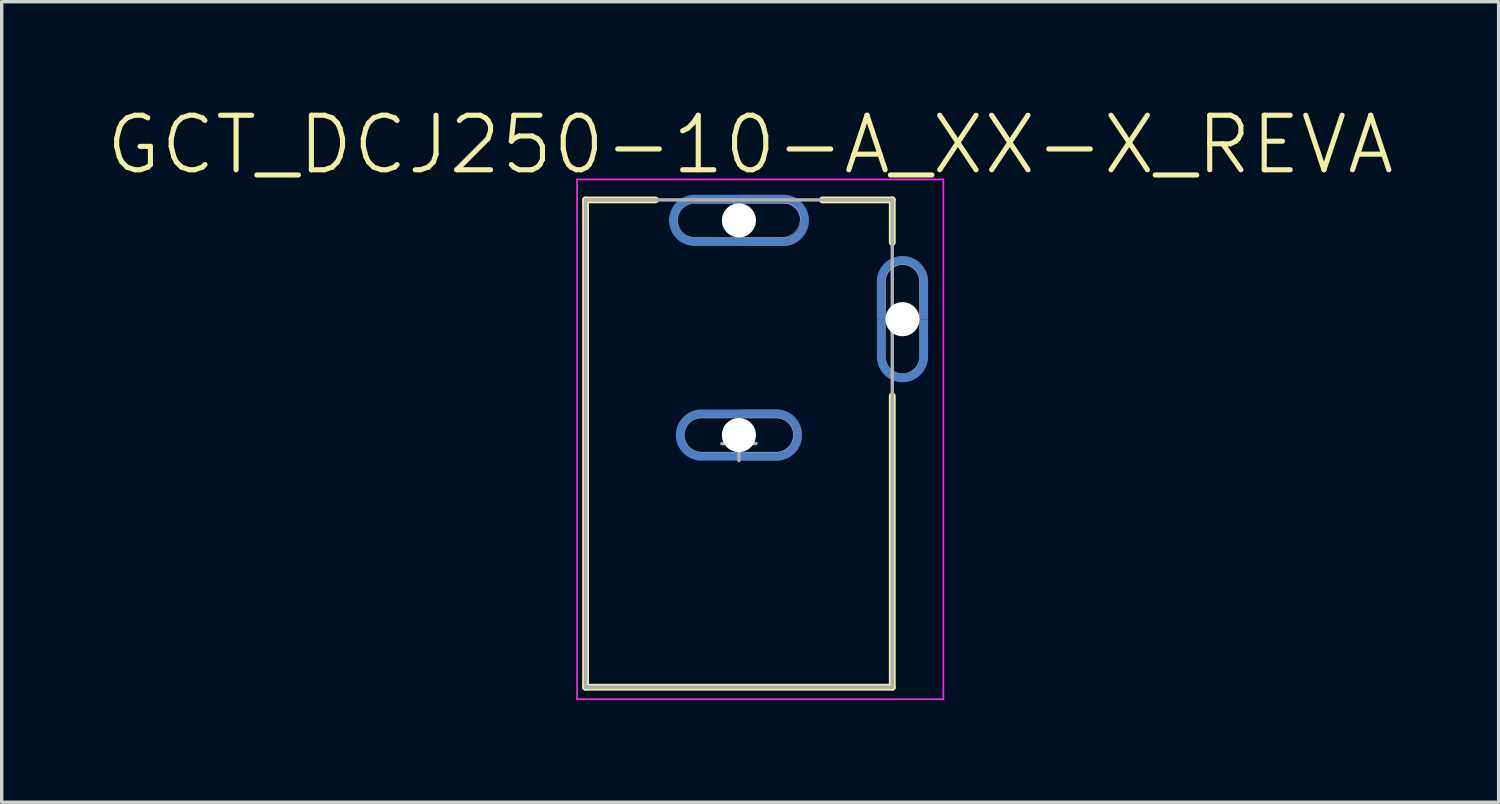
<source format=kicad_pcb>
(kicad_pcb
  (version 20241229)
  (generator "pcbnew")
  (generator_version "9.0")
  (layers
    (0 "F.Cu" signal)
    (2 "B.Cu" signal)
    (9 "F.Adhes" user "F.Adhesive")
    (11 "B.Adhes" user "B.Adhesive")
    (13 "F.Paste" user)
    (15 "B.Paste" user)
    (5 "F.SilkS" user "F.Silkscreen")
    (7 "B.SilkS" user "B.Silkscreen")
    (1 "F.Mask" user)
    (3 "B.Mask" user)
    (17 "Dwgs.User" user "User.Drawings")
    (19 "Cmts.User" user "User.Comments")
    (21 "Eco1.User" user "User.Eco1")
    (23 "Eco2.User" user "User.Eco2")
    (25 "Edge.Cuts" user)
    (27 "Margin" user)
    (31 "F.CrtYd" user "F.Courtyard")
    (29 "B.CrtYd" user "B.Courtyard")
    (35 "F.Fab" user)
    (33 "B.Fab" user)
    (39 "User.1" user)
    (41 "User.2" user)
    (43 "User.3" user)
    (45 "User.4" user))
  (footprint "GCT_DCJ250-10-A_XX-X_REVA"
    (layer "F.Cu")
    (at 18.634 9.967)
    (property "Reference" "GCT_DCJ250-10-A_XX-X_REVA" (at 0.33 -8.768 0) (layer "F.SilkS") (effects (font (size 1.6 1.6) (thickness 0.15))))
    (attr through_hole)
    (fp_poly (pts (xy -2.152 -7.4) (xy 2.15 -7.4) (xy 2.15 -5.706) (xy -2.152 -5.706)) (stroke (width 0.01) (type solid)) (fill yes) (layer "F.Mask"))
    (fp_poly (pts (xy -1.953 -1.1) (xy 1.95 -1.1) (xy 1.95 0.601) (xy -1.953 0.601)) (stroke (width 0.01) (type solid)) (fill yes) (layer "F.Mask"))
    (fp_poly (pts (xy 2.853 -4.5) (xy 6.75 -4.5) (xy 6.75 -2.803) (xy 2.853 -2.803)) (stroke (width 0.01) (type solid)) (fill yes) (layer "F.Mask"))
    (fp_poly (pts (xy 0 -7.05) (xy 0 -7.3) (xy -1.3 -7.3) (xy -1.339 -7.299) (xy -1.378 -7.296) (xy -1.417 -7.291) (xy -1.456 -7.284) (xy -1.494 -7.274) (xy -1.532 -7.263) (xy -1.569 -7.25) (xy -1.605 -7.235) (xy -1.64 -7.218) (xy -1.675 -7.2) (xy -1.708 -7.179) (xy -1.741 -7.157) (xy -1.772 -7.133) (xy -1.802 -7.107) (xy -1.83 -7.08) (xy -1.857 -7.052) (xy -1.883 -7.022) (xy -1.907 -6.991) (xy -1.929 -6.958) (xy -1.95 -6.925) (xy -1.968 -6.89) (xy -1.985 -6.855) (xy -2 -6.819) (xy -2.013 -6.782) (xy -2.024 -6.744) (xy -2.034 -6.706) (xy -2.041 -6.667) (xy -2.046 -6.628) (xy -2.049 -6.589) (xy -2.05 -6.55) (xy -2.049 -6.511) (xy -2.046 -6.472) (xy -2.041 -6.433) (xy -2.034 -6.394) (xy -2.024 -6.356) (xy -2.013 -6.318) (xy -2 -6.281) (xy -1.985 -6.245) (xy -1.968 -6.21) (xy -1.95 -6.175) (xy -1.929 -6.142) (xy -1.907 -6.109) (xy -1.883 -6.078) (xy -1.857 -6.048) (xy -1.83 -6.02) (xy -1.802 -5.993) (xy -1.772 -5.967) (xy -1.741 -5.943) (xy -1.708 -5.921) (xy -1.675 -5.9) (xy -1.64 -5.882) (xy -1.605 -5.865) (xy -1.569 -5.85) (xy -1.532 -5.837) (xy -1.494 -5.826) (xy -1.456 -5.816) (xy -1.417 -5.809) (xy -1.378 -5.804) (xy -1.339 -5.801) (xy -1.3 -5.8) (xy 0 -5.8) (xy 0 -6.05) (xy -1.3 -6.05) (xy -1.326 -6.051) (xy -1.352 -6.053) (xy -1.378 -6.056) (xy -1.404 -6.061) (xy -1.429 -6.067) (xy -1.455 -6.074) (xy -1.479 -6.083) (xy -1.503 -6.093) (xy -1.527 -6.104) (xy -1.55 -6.117) (xy -1.572 -6.131) (xy -1.594 -6.145) (xy -1.615 -6.161) (xy -1.635 -6.178) (xy -1.654 -6.196) (xy -1.672 -6.215) (xy -1.689 -6.235) (xy -1.705 -6.256) (xy -1.719 -6.278) (xy -1.733 -6.3) (xy -1.746 -6.323) (xy -1.757 -6.347) (xy -1.767 -6.371) (xy -1.776 -6.395) (xy -1.783 -6.421) (xy -1.789 -6.446) (xy -1.794 -6.472) (xy -1.797 -6.498) (xy -1.799 -6.524) (xy -1.8 -6.55) (xy -1.799 -6.576) (xy -1.797 -6.602) (xy -1.794 -6.628) (xy -1.789 -6.654) (xy -1.783 -6.679) (xy -1.776 -6.705) (xy -1.767 -6.729) (xy -1.757 -6.753) (xy -1.746 -6.777) (xy -1.733 -6.8) (xy -1.719 -6.822) (xy -1.705 -6.844) (xy -1.689 -6.865) (xy -1.672 -6.885) (xy -1.654 -6.904) (xy -1.635 -6.922) (xy -1.615 -6.939) (xy -1.594 -6.955) (xy -1.572 -6.969) (xy -1.55 -6.983) (xy -1.527 -6.996) (xy -1.503 -7.007) (xy -1.479 -7.017) (xy -1.455 -7.026) (xy -1.429 -7.033) (xy -1.404 -7.039) (xy -1.378 -7.044) (xy -1.352 -7.047) (xy -1.326 -7.049) (xy -1.3 -7.05) (xy 0 -7.05)) (stroke (width 0.001) (type solid)) (fill yes) (layer "B.Cu"))
    (fp_poly (pts (xy 0 -6.05) (xy 0 -5.8) (xy 1.3 -5.8) (xy 1.339 -5.801) (xy 1.378 -5.804) (xy 1.417 -5.809) (xy 1.456 -5.816) (xy 1.494 -5.826) (xy 1.532 -5.837) (xy 1.569 -5.85) (xy 1.605 -5.865) (xy 1.64 -5.882) (xy 1.675 -5.9) (xy 1.708 -5.921) (xy 1.741 -5.943) (xy 1.772 -5.967) (xy 1.802 -5.993) (xy 1.83 -6.02) (xy 1.857 -6.048) (xy 1.883 -6.078) (xy 1.907 -6.109) (xy 1.929 -6.142) (xy 1.95 -6.175) (xy 1.968 -6.21) (xy 1.985 -6.245) (xy 2 -6.281) (xy 2.013 -6.318) (xy 2.024 -6.356) (xy 2.034 -6.394) (xy 2.041 -6.433) (xy 2.046 -6.472) (xy 2.049 -6.511) (xy 2.05 -6.55) (xy 2.049 -6.589) (xy 2.046 -6.628) (xy 2.041 -6.667) (xy 2.034 -6.706) (xy 2.024 -6.744) (xy 2.013 -6.782) (xy 2 -6.819) (xy 1.985 -6.855) (xy 1.968 -6.89) (xy 1.95 -6.925) (xy 1.929 -6.958) (xy 1.907 -6.991) (xy 1.883 -7.022) (xy 1.857 -7.052) (xy 1.83 -7.08) (xy 1.802 -7.107) (xy 1.772 -7.133) (xy 1.741 -7.157) (xy 1.708 -7.179) (xy 1.675 -7.2) (xy 1.64 -7.218) (xy 1.605 -7.235) (xy 1.569 -7.25) (xy 1.532 -7.263) (xy 1.494 -7.274) (xy 1.456 -7.284) (xy 1.417 -7.291) (xy 1.378 -7.296) (xy 1.339 -7.299) (xy 1.3 -7.3) (xy 0 -7.3) (xy 0 -7.05) (xy 1.3 -7.05) (xy 1.326 -7.049) (xy 1.352 -7.047) (xy 1.378 -7.044) (xy 1.404 -7.039) (xy 1.429 -7.033) (xy 1.455 -7.026) (xy 1.479 -7.017) (xy 1.503 -7.007) (xy 1.527 -6.996) (xy 1.55 -6.983) (xy 1.572 -6.969) (xy 1.594 -6.955) (xy 1.615 -6.939) (xy 1.635 -6.922) (xy 1.654 -6.904) (xy 1.672 -6.885) (xy 1.689 -6.865) (xy 1.705 -6.844) (xy 1.719 -6.822) (xy 1.733 -6.8) (xy 1.746 -6.777) (xy 1.757 -6.753) (xy 1.767 -6.729) (xy 1.776 -6.705) (xy 1.783 -6.679) (xy 1.789 -6.654) (xy 1.794 -6.628) (xy 1.797 -6.602) (xy 1.799 -6.576) (xy 1.8 -6.55) (xy 1.799 -6.524) (xy 1.797 -6.498) (xy 1.794 -6.472) (xy 1.789 -6.446) (xy 1.783 -6.421) (xy 1.776 -6.395) (xy 1.767 -6.371) (xy 1.757 -6.347) (xy 1.746 -6.323) (xy 1.733 -6.3) (xy 1.719 -6.278) (xy 1.705 -6.256) (xy 1.689 -6.235) (xy 1.672 -6.215) (xy 1.654 -6.196) (xy 1.635 -6.178) (xy 1.615 -6.161) (xy 1.594 -6.145) (xy 1.572 -6.131) (xy 1.55 -6.117) (xy 1.527 -6.104) (xy 1.503 -6.093) (xy 1.479 -6.083) (xy 1.455 -6.074) (xy 1.429 -6.067) (xy 1.404 -6.061) (xy 1.378 -6.056) (xy 1.352 -6.053) (xy 1.326 -6.051) (xy 1.3 -6.05) (xy 0 -6.05)) (stroke (width 0.001) (type solid)) (fill yes) (layer "B.Cu"))
    (fp_poly (pts (xy 0 -0.75) (xy 0 -1) (xy -1.1 -1) (xy -1.139 -0.999) (xy -1.178 -0.996) (xy -1.217 -0.991) (xy -1.256 -0.984) (xy -1.294 -0.974) (xy -1.332 -0.963) (xy -1.369 -0.95) (xy -1.405 -0.935) (xy -1.44 -0.918) (xy -1.475 -0.9) (xy -1.508 -0.879) (xy -1.541 -0.857) (xy -1.572 -0.833) (xy -1.602 -0.807) (xy -1.63 -0.78) (xy -1.657 -0.752) (xy -1.683 -0.722) (xy -1.707 -0.691) (xy -1.729 -0.658) (xy -1.75 -0.625) (xy -1.768 -0.59) (xy -1.785 -0.555) (xy -1.8 -0.519) (xy -1.813 -0.482) (xy -1.824 -0.444) (xy -1.834 -0.406) (xy -1.841 -0.367) (xy -1.846 -0.328) (xy -1.849 -0.289) (xy -1.85 -0.25) (xy -1.849 -0.211) (xy -1.846 -0.172) (xy -1.841 -0.133) (xy -1.834 -0.094) (xy -1.824 -0.056) (xy -1.813 -0.018) (xy -1.8 0.019) (xy -1.785 0.055) (xy -1.768 0.09) (xy -1.75 0.125) (xy -1.729 0.158) (xy -1.707 0.191) (xy -1.683 0.222) (xy -1.657 0.252) (xy -1.63 0.28) (xy -1.602 0.307) (xy -1.572 0.333) (xy -1.541 0.357) (xy -1.508 0.379) (xy -1.475 0.4) (xy -1.44 0.418) (xy -1.405 0.435) (xy -1.369 0.45) (xy -1.332 0.463) (xy -1.294 0.474) (xy -1.256 0.484) (xy -1.217 0.491) (xy -1.178 0.496) (xy -1.139 0.499) (xy -1.1 0.5) (xy 0 0.5) (xy 0 0.25) (xy -1.1 0.25) (xy -1.126 0.249) (xy -1.152 0.247) (xy -1.178 0.244) (xy -1.204 0.239) (xy -1.229 0.233) (xy -1.255 0.226) (xy -1.279 0.217) (xy -1.303 0.207) (xy -1.327 0.196) (xy -1.35 0.183) (xy -1.372 0.169) (xy -1.394 0.155) (xy -1.415 0.139) (xy -1.435 0.122) (xy -1.454 0.104) (xy -1.472 0.085) (xy -1.489 0.065) (xy -1.505 0.044) (xy -1.519 0.022) (xy -1.533 0) (xy -1.546 -0.023) (xy -1.557 -0.047) (xy -1.567 -0.071) (xy -1.576 -0.095) (xy -1.583 -0.121) (xy -1.589 -0.146) (xy -1.594 -0.172) (xy -1.597 -0.198) (xy -1.599 -0.224) (xy -1.6 -0.25) (xy -1.599 -0.276) (xy -1.597 -0.302) (xy -1.594 -0.328) (xy -1.589 -0.354) (xy -1.583 -0.379) (xy -1.576 -0.405) (xy -1.567 -0.429) (xy -1.557 -0.453) (xy -1.546 -0.477) (xy -1.533 -0.5) (xy -1.519 -0.522) (xy -1.505 -0.544) (xy -1.489 -0.565) (xy -1.472 -0.585) (xy -1.454 -0.604) (xy -1.435 -0.622) (xy -1.415 -0.639) (xy -1.394 -0.655) (xy -1.372 -0.669) (xy -1.35 -0.683) (xy -1.327 -0.696) (xy -1.303 -0.707) (xy -1.279 -0.717) (xy -1.255 -0.726) (xy -1.229 -0.733) (xy -1.204 -0.739) (xy -1.178 -0.744) (xy -1.152 -0.747) (xy -1.126 -0.749) (xy -1.1 -0.75) (xy 0 -0.75)) (stroke (width 0.001) (type solid)) (fill yes) (layer "B.Cu"))
    (fp_poly (pts (xy 0 0.25) (xy 0 0.5) (xy 1.1 0.5) (xy 1.139 0.499) (xy 1.178 0.496) (xy 1.217 0.491) (xy 1.256 0.484) (xy 1.294 0.474) (xy 1.332 0.463) (xy 1.369 0.45) (xy 1.405 0.435) (xy 1.44 0.418) (xy 1.475 0.4) (xy 1.508 0.379) (xy 1.541 0.357) (xy 1.572 0.333) (xy 1.602 0.307) (xy 1.63 0.28) (xy 1.657 0.252) (xy 1.683 0.222) (xy 1.707 0.191) (xy 1.729 0.158) (xy 1.75 0.125) (xy 1.768 0.09) (xy 1.785 0.055) (xy 1.8 0.019) (xy 1.813 -0.018) (xy 1.824 -0.056) (xy 1.834 -0.094) (xy 1.841 -0.133) (xy 1.846 -0.172) (xy 1.849 -0.211) (xy 1.85 -0.25) (xy 1.849 -0.289) (xy 1.846 -0.328) (xy 1.841 -0.367) (xy 1.834 -0.406) (xy 1.824 -0.444) (xy 1.813 -0.482) (xy 1.8 -0.519) (xy 1.785 -0.555) (xy 1.768 -0.59) (xy 1.75 -0.625) (xy 1.729 -0.658) (xy 1.707 -0.691) (xy 1.683 -0.722) (xy 1.657 -0.752) (xy 1.63 -0.78) (xy 1.602 -0.807) (xy 1.572 -0.833) (xy 1.541 -0.857) (xy 1.508 -0.879) (xy 1.475 -0.9) (xy 1.44 -0.918) (xy 1.405 -0.935) (xy 1.369 -0.95) (xy 1.332 -0.963) (xy 1.294 -0.974) (xy 1.256 -0.984) (xy 1.217 -0.991) (xy 1.178 -0.996) (xy 1.139 -0.999) (xy 1.1 -1) (xy 0 -1) (xy 0 -0.75) (xy 1.1 -0.75) (xy 1.126 -0.749) (xy 1.152 -0.747) (xy 1.178 -0.744) (xy 1.204 -0.739) (xy 1.229 -0.733) (xy 1.255 -0.726) (xy 1.279 -0.717) (xy 1.303 -0.707) (xy 1.327 -0.696) (xy 1.35 -0.683) (xy 1.372 -0.669) (xy 1.394 -0.655) (xy 1.415 -0.639) (xy 1.435 -0.622) (xy 1.454 -0.604) (xy 1.472 -0.585) (xy 1.489 -0.565) (xy 1.505 -0.544) (xy 1.519 -0.522) (xy 1.533 -0.5) (xy 1.546 -0.477) (xy 1.557 -0.453) (xy 1.567 -0.429) (xy 1.576 -0.405) (xy 1.583 -0.379) (xy 1.589 -0.354) (xy 1.594 -0.328) (xy 1.597 -0.302) (xy 1.599 -0.276) (xy 1.6 -0.25) (xy 1.599 -0.224) (xy 1.597 -0.198) (xy 1.594 -0.172) (xy 1.589 -0.146) (xy 1.583 -0.121) (xy 1.576 -0.095) (xy 1.567 -0.071) (xy 1.557 -0.047) (xy 1.546 -0.023) (xy 1.533 0) (xy 1.519 0.022) (xy 1.505 0.044) (xy 1.489 0.065) (xy 1.472 0.085) (xy 1.454 0.104) (xy 1.435 0.122) (xy 1.415 0.139) (xy 1.394 0.155) (xy 1.372 0.169) (xy 1.35 0.183) (xy 1.327 0.196) (xy 1.303 0.207) (xy 1.279 0.217) (xy 1.255 0.226) (xy 1.229 0.233) (xy 1.204 0.239) (xy 1.178 0.244) (xy 1.152 0.247) (xy 1.126 0.249) (xy 1.1 0.25) (xy 0 0.25)) (stroke (width 0.001) (type solid)) (fill yes) (layer "B.Cu"))
    (fp_poly (pts (xy 4.3 -3.65) (xy 4.05 -3.65) (xy 4.05 -2.55) (xy 4.051 -2.511) (xy 4.054 -2.472) (xy 4.059 -2.433) (xy 4.066 -2.394) (xy 4.076 -2.356) (xy 4.087 -2.318) (xy 4.1 -2.281) (xy 4.115 -2.245) (xy 4.132 -2.21) (xy 4.15 -2.175) (xy 4.171 -2.142) (xy 4.193 -2.109) (xy 4.217 -2.078) (xy 4.243 -2.048) (xy 4.27 -2.02) (xy 4.298 -1.993) (xy 4.328 -1.967) (xy 4.359 -1.943) (xy 4.392 -1.921) (xy 4.425 -1.9) (xy 4.46 -1.882) (xy 4.495 -1.865) (xy 4.531 -1.85) (xy 4.568 -1.837) (xy 4.606 -1.826) (xy 4.644 -1.816) (xy 4.683 -1.809) (xy 4.722 -1.804) (xy 4.761 -1.801) (xy 4.8 -1.8) (xy 4.839 -1.801) (xy 4.878 -1.804) (xy 4.917 -1.809) (xy 4.956 -1.816) (xy 4.994 -1.826) (xy 5.032 -1.837) (xy 5.069 -1.85) (xy 5.105 -1.865) (xy 5.14 -1.882) (xy 5.175 -1.9) (xy 5.208 -1.921) (xy 5.241 -1.943) (xy 5.272 -1.967) (xy 5.302 -1.993) (xy 5.33 -2.02) (xy 5.357 -2.048) (xy 5.383 -2.078) (xy 5.407 -2.109) (xy 5.429 -2.142) (xy 5.45 -2.175) (xy 5.468 -2.21) (xy 5.485 -2.245) (xy 5.5 -2.281) (xy 5.513 -2.318) (xy 5.524 -2.356) (xy 5.534 -2.394) (xy 5.541 -2.433) (xy 5.546 -2.472) (xy 5.549 -2.511) (xy 5.55 -2.55) (xy 5.55 -3.65) (xy 5.3 -3.65) (xy 5.3 -2.55) (xy 5.299 -2.524) (xy 5.297 -2.498) (xy 5.294 -2.472) (xy 5.289 -2.446) (xy 5.283 -2.421) (xy 5.276 -2.395) (xy 5.267 -2.371) (xy 5.257 -2.347) (xy 5.246 -2.323) (xy 5.233 -2.3) (xy 5.219 -2.278) (xy 5.205 -2.256) (xy 5.189 -2.235) (xy 5.172 -2.215) (xy 5.154 -2.196) (xy 5.135 -2.178) (xy 5.115 -2.161) (xy 5.094 -2.145) (xy 5.072 -2.131) (xy 5.05 -2.117) (xy 5.027 -2.104) (xy 5.003 -2.093) (xy 4.979 -2.083) (xy 4.955 -2.074) (xy 4.929 -2.067) (xy 4.904 -2.061) (xy 4.878 -2.056) (xy 4.852 -2.053) (xy 4.826 -2.051) (xy 4.8 -2.05) (xy 4.774 -2.051) (xy 4.748 -2.053) (xy 4.722 -2.056) (xy 4.696 -2.061) (xy 4.671 -2.067) (xy 4.645 -2.074) (xy 4.621 -2.083) (xy 4.597 -2.093) (xy 4.573 -2.104) (xy 4.55 -2.117) (xy 4.528 -2.131) (xy 4.506 -2.145) (xy 4.485 -2.161) (xy 4.465 -2.178) (xy 4.446 -2.196) (xy 4.428 -2.215) (xy 4.411 -2.235) (xy 4.395 -2.256) (xy 4.381 -2.278) (xy 4.367 -2.3) (xy 4.354 -2.323) (xy 4.343 -2.347) (xy 4.333 -2.371) (xy 4.324 -2.395) (xy 4.317 -2.421) (xy 4.311 -2.446) (xy 4.306 -2.472) (xy 4.303 -2.498) (xy 4.301 -2.524) (xy 4.3 -2.55) (xy 4.3 -3.65)) (stroke (width 0.001) (type solid)) (fill yes) (layer "B.Cu"))
    (fp_poly (pts (xy 5.3 -3.65) (xy 5.55 -3.65) (xy 5.55 -4.75) (xy 5.549 -4.789) (xy 5.546 -4.828) (xy 5.541 -4.867) (xy 5.534 -4.906) (xy 5.524 -4.944) (xy 5.513 -4.982) (xy 5.5 -5.019) (xy 5.485 -5.055) (xy 5.468 -5.09) (xy 5.45 -5.125) (xy 5.429 -5.158) (xy 5.407 -5.191) (xy 5.383 -5.222) (xy 5.357 -5.252) (xy 5.33 -5.28) (xy 5.302 -5.307) (xy 5.272 -5.333) (xy 5.241 -5.357) (xy 5.208 -5.379) (xy 5.175 -5.4) (xy 5.14 -5.418) (xy 5.105 -5.435) (xy 5.069 -5.45) (xy 5.032 -5.463) (xy 4.994 -5.474) (xy 4.956 -5.484) (xy 4.917 -5.491) (xy 4.878 -5.496) (xy 4.839 -5.499) (xy 4.8 -5.5) (xy 4.761 -5.499) (xy 4.722 -5.496) (xy 4.683 -5.491) (xy 4.644 -5.484) (xy 4.606 -5.474) (xy 4.568 -5.463) (xy 4.531 -5.45) (xy 4.495 -5.435) (xy 4.46 -5.418) (xy 4.425 -5.4) (xy 4.392 -5.379) (xy 4.359 -5.357) (xy 4.328 -5.333) (xy 4.298 -5.307) (xy 4.27 -5.28) (xy 4.243 -5.252) (xy 4.217 -5.222) (xy 4.193 -5.191) (xy 4.171 -5.158) (xy 4.15 -5.125) (xy 4.132 -5.09) (xy 4.115 -5.055) (xy 4.1 -5.019) (xy 4.087 -4.982) (xy 4.076 -4.944) (xy 4.066 -4.906) (xy 4.059 -4.867) (xy 4.054 -4.828) (xy 4.051 -4.789) (xy 4.05 -4.75) (xy 4.05 -3.65) (xy 4.3 -3.65) (xy 4.3 -4.75) (xy 4.301 -4.776) (xy 4.303 -4.802) (xy 4.306 -4.828) (xy 4.311 -4.854) (xy 4.317 -4.879) (xy 4.324 -4.905) (xy 4.333 -4.929) (xy 4.343 -4.953) (xy 4.354 -4.977) (xy 4.367 -5) (xy 4.381 -5.022) (xy 4.395 -5.044) (xy 4.411 -5.065) (xy 4.428 -5.085) (xy 4.446 -5.104) (xy 4.465 -5.122) (xy 4.485 -5.139) (xy 4.506 -5.155) (xy 4.528 -5.169) (xy 4.55 -5.183) (xy 4.573 -5.196) (xy 4.597 -5.207) (xy 4.621 -5.217) (xy 4.645 -5.226) (xy 4.671 -5.233) (xy 4.696 -5.239) (xy 4.722 -5.244) (xy 4.748 -5.247) (xy 4.774 -5.249) (xy 4.8 -5.25) (xy 4.826 -5.249) (xy 4.852 -5.247) (xy 4.878 -5.244) (xy 4.904 -5.239) (xy 4.929 -5.233) (xy 4.955 -5.226) (xy 4.979 -5.217) (xy 5.003 -5.207) (xy 5.027 -5.196) (xy 5.05 -5.183) (xy 5.072 -5.169) (xy 5.094 -5.155) (xy 5.115 -5.139) (xy 5.135 -5.122) (xy 5.154 -5.104) (xy 5.172 -5.085) (xy 5.189 -5.065) (xy 5.205 -5.044) (xy 5.219 -5.022) (xy 5.233 -5) (xy 5.246 -4.977) (xy 5.257 -4.953) (xy 5.267 -4.929) (xy 5.276 -4.905) (xy 5.283 -4.879) (xy 5.289 -4.854) (xy 5.294 -4.828) (xy 5.297 -4.802) (xy 5.299 -4.776) (xy 5.3 -4.75) (xy 5.3 -3.65)) (stroke (width 0.001) (type solid)) (fill yes) (layer "B.Cu"))
    (fp_poly (pts (xy -2.15 -7.4) (xy 2.15 -7.4) (xy 2.15 -5.7) (xy -2.15 -5.7)) (stroke (width 0.01) (type solid)) (fill yes) (layer "B.Mask"))
    (fp_poly (pts (xy -1.953 -1.1) (xy 1.95 -1.1) (xy 1.95 0.601) (xy -1.953 0.601)) (stroke (width 0.01) (type solid)) (fill yes) (layer "B.Mask"))
    (fp_poly (pts (xy 2.852 -4.5) (xy 6.75 -4.5) (xy 6.75 -2.802) (xy 2.852 -2.802)) (stroke (width 0.01) (type solid)) (fill yes) (layer "B.Mask"))
    (fp_line (start -4.5 -7.15) (end -4.5 7.15) (stroke (width 0.2) (type solid)) (layer "F.SilkS"))
    (fp_line (start -4.5 7.15) (end 4.5 7.15) (stroke (width 0.2) (type solid)) (layer "F.SilkS"))
    (fp_line (start -2.45 -7.15) (end -4.5 -7.15) (stroke (width 0.2) (type solid)) (layer "F.SilkS"))
    (fp_line (start 2.45 -7.15) (end 4.5 -7.15) (stroke (width 0.2) (type solid)) (layer "F.SilkS"))
    (fp_line (start 4.5 -7.15) (end 4.5 -5.9) (stroke (width 0.2) (type solid)) (layer "F.SilkS"))
    (fp_line (start 4.5 7.15) (end 4.5 -1.4) (stroke (width 0.2) (type solid)) (layer "F.SilkS"))
    (fp_poly (pts (xy 0 -7.05) (xy 0 -7.3) (xy -1.3 -7.3) (xy -1.339 -7.299) (xy -1.378 -7.296) (xy -1.417 -7.291) (xy -1.456 -7.284) (xy -1.494 -7.274) (xy -1.532 -7.263) (xy -1.569 -7.25) (xy -1.605 -7.235) (xy -1.64 -7.218) (xy -1.675 -7.2) (xy -1.708 -7.179) (xy -1.741 -7.157) (xy -1.772 -7.133) (xy -1.802 -7.107) (xy -1.83 -7.08) (xy -1.857 -7.052) (xy -1.883 -7.022) (xy -1.907 -6.991) (xy -1.929 -6.958) (xy -1.95 -6.925) (xy -1.968 -6.89) (xy -1.985 -6.855) (xy -2 -6.819) (xy -2.013 -6.782) (xy -2.024 -6.744) (xy -2.034 -6.706) (xy -2.041 -6.667) (xy -2.046 -6.628) (xy -2.049 -6.589) (xy -2.05 -6.55) (xy -2.049 -6.511) (xy -2.046 -6.472) (xy -2.041 -6.433) (xy -2.034 -6.394) (xy -2.024 -6.356) (xy -2.013 -6.318) (xy -2 -6.281) (xy -1.985 -6.245) (xy -1.968 -6.21) (xy -1.95 -6.175) (xy -1.929 -6.142) (xy -1.907 -6.109) (xy -1.883 -6.078) (xy -1.857 -6.048) (xy -1.83 -6.02) (xy -1.802 -5.993) (xy -1.772 -5.967) (xy -1.741 -5.943) (xy -1.708 -5.921) (xy -1.675 -5.9) (xy -1.64 -5.882) (xy -1.605 -5.865) (xy -1.569 -5.85) (xy -1.532 -5.837) (xy -1.494 -5.826) (xy -1.456 -5.816) (xy -1.417 -5.809) (xy -1.378 -5.804) (xy -1.339 -5.801) (xy -1.3 -5.8) (xy 0 -5.8) (xy 0 -6.05) (xy -1.3 -6.05) (xy -1.326 -6.051) (xy -1.352 -6.053) (xy -1.378 -6.056) (xy -1.404 -6.061) (xy -1.429 -6.067) (xy -1.455 -6.074) (xy -1.479 -6.083) (xy -1.503 -6.093) (xy -1.527 -6.104) (xy -1.55 -6.117) (xy -1.572 -6.131) (xy -1.594 -6.145) (xy -1.615 -6.161) (xy -1.635 -6.178) (xy -1.654 -6.196) (xy -1.672 -6.215) (xy -1.689 -6.235) (xy -1.705 -6.256) (xy -1.719 -6.278) (xy -1.733 -6.3) (xy -1.746 -6.323) (xy -1.757 -6.347) (xy -1.767 -6.371) (xy -1.776 -6.395) (xy -1.783 -6.421) (xy -1.789 -6.446) (xy -1.794 -6.472) (xy -1.797 -6.498) (xy -1.799 -6.524) (xy -1.8 -6.55) (xy -1.799 -6.576) (xy -1.797 -6.602) (xy -1.794 -6.628) (xy -1.789 -6.654) (xy -1.783 -6.679) (xy -1.776 -6.705) (xy -1.767 -6.729) (xy -1.757 -6.753) (xy -1.746 -6.777) (xy -1.733 -6.8) (xy -1.719 -6.822) (xy -1.705 -6.844) (xy -1.689 -6.865) (xy -1.672 -6.885) (xy -1.654 -6.904) (xy -1.635 -6.922) (xy -1.615 -6.939) (xy -1.594 -6.955) (xy -1.572 -6.969) (xy -1.55 -6.983) (xy -1.527 -6.996) (xy -1.503 -7.007) (xy -1.479 -7.017) (xy -1.455 -7.026) (xy -1.429 -7.033) (xy -1.404 -7.039) (xy -1.378 -7.044) (xy -1.352 -7.047) (xy -1.326 -7.049) (xy -1.3 -7.05) (xy 0 -7.05)) (stroke (width 0.001) (type solid)) (fill yes) (layer "F.Paste"))
    (fp_poly (pts (xy 0 -6.05) (xy 0 -5.8) (xy 1.3 -5.8) (xy 1.339 -5.801) (xy 1.378 -5.804) (xy 1.417 -5.809) (xy 1.456 -5.816) (xy 1.494 -5.826) (xy 1.532 -5.837) (xy 1.569 -5.85) (xy 1.605 -5.865) (xy 1.64 -5.882) (xy 1.675 -5.9) (xy 1.708 -5.921) (xy 1.741 -5.943) (xy 1.772 -5.967) (xy 1.802 -5.993) (xy 1.83 -6.02) (xy 1.857 -6.048) (xy 1.883 -6.078) (xy 1.907 -6.109) (xy 1.929 -6.142) (xy 1.95 -6.175) (xy 1.968 -6.21) (xy 1.985 -6.245) (xy 2 -6.281) (xy 2.013 -6.318) (xy 2.024 -6.356) (xy 2.034 -6.394) (xy 2.041 -6.433) (xy 2.046 -6.472) (xy 2.049 -6.511) (xy 2.05 -6.55) (xy 2.049 -6.589) (xy 2.046 -6.628) (xy 2.041 -6.667) (xy 2.034 -6.706) (xy 2.024 -6.744) (xy 2.013 -6.782) (xy 2 -6.819) (xy 1.985 -6.855) (xy 1.968 -6.89) (xy 1.95 -6.925) (xy 1.929 -6.958) (xy 1.907 -6.991) (xy 1.883 -7.022) (xy 1.857 -7.052) (xy 1.83 -7.08) (xy 1.802 -7.107) (xy 1.772 -7.133) (xy 1.741 -7.157) (xy 1.708 -7.179) (xy 1.675 -7.2) (xy 1.64 -7.218) (xy 1.605 -7.235) (xy 1.569 -7.25) (xy 1.532 -7.263) (xy 1.494 -7.274) (xy 1.456 -7.284) (xy 1.417 -7.291) (xy 1.378 -7.296) (xy 1.339 -7.299) (xy 1.3 -7.3) (xy 0 -7.3) (xy 0 -7.05) (xy 1.3 -7.05) (xy 1.326 -7.049) (xy 1.352 -7.047) (xy 1.378 -7.044) (xy 1.404 -7.039) (xy 1.429 -7.033) (xy 1.455 -7.026) (xy 1.479 -7.017) (xy 1.503 -7.007) (xy 1.527 -6.996) (xy 1.55 -6.983) (xy 1.572 -6.969) (xy 1.594 -6.955) (xy 1.615 -6.939) (xy 1.635 -6.922) (xy 1.654 -6.904) (xy 1.672 -6.885) (xy 1.689 -6.865) (xy 1.705 -6.844) (xy 1.719 -6.822) (xy 1.733 -6.8) (xy 1.746 -6.777) (xy 1.757 -6.753) (xy 1.767 -6.729) (xy 1.776 -6.705) (xy 1.783 -6.679) (xy 1.789 -6.654) (xy 1.794 -6.628) (xy 1.797 -6.602) (xy 1.799 -6.576) (xy 1.8 -6.55) (xy 1.799 -6.524) (xy 1.797 -6.498) (xy 1.794 -6.472) (xy 1.789 -6.446) (xy 1.783 -6.421) (xy 1.776 -6.395) (xy 1.767 -6.371) (xy 1.757 -6.347) (xy 1.746 -6.323) (xy 1.733 -6.3) (xy 1.719 -6.278) (xy 1.705 -6.256) (xy 1.689 -6.235) (xy 1.672 -6.215) (xy 1.654 -6.196) (xy 1.635 -6.178) (xy 1.615 -6.161) (xy 1.594 -6.145) (xy 1.572 -6.131) (xy 1.55 -6.117) (xy 1.527 -6.104) (xy 1.503 -6.093) (xy 1.479 -6.083) (xy 1.455 -6.074) (xy 1.429 -6.067) (xy 1.404 -6.061) (xy 1.378 -6.056) (xy 1.352 -6.053) (xy 1.326 -6.051) (xy 1.3 -6.05) (xy 0 -6.05)) (stroke (width 0.001) (type solid)) (fill yes) (layer "F.Paste"))
    (fp_poly (pts (xy 0 -0.75) (xy 0 -1) (xy -1.1 -1) (xy -1.139 -0.999) (xy -1.178 -0.996) (xy -1.217 -0.991) (xy -1.256 -0.984) (xy -1.294 -0.974) (xy -1.332 -0.963) (xy -1.369 -0.95) (xy -1.405 -0.935) (xy -1.44 -0.918) (xy -1.475 -0.9) (xy -1.508 -0.879) (xy -1.541 -0.857) (xy -1.572 -0.833) (xy -1.602 -0.807) (xy -1.63 -0.78) (xy -1.657 -0.752) (xy -1.683 -0.722) (xy -1.707 -0.691) (xy -1.729 -0.658) (xy -1.75 -0.625) (xy -1.768 -0.59) (xy -1.785 -0.555) (xy -1.8 -0.519) (xy -1.813 -0.482) (xy -1.824 -0.444) (xy -1.834 -0.406) (xy -1.841 -0.367) (xy -1.846 -0.328) (xy -1.849 -0.289) (xy -1.85 -0.25) (xy -1.849 -0.211) (xy -1.846 -0.172) (xy -1.841 -0.133) (xy -1.834 -0.094) (xy -1.824 -0.056) (xy -1.813 -0.018) (xy -1.8 0.019) (xy -1.785 0.055) (xy -1.768 0.09) (xy -1.75 0.125) (xy -1.729 0.158) (xy -1.707 0.191) (xy -1.683 0.222) (xy -1.657 0.252) (xy -1.63 0.28) (xy -1.602 0.307) (xy -1.572 0.333) (xy -1.541 0.357) (xy -1.508 0.379) (xy -1.475 0.4) (xy -1.44 0.418) (xy -1.405 0.435) (xy -1.369 0.45) (xy -1.332 0.463) (xy -1.294 0.474) (xy -1.256 0.484) (xy -1.217 0.491) (xy -1.178 0.496) (xy -1.139 0.499) (xy -1.1 0.5) (xy 0 0.5) (xy 0 0.25) (xy -1.1 0.25) (xy -1.126 0.249) (xy -1.152 0.247) (xy -1.178 0.244) (xy -1.204 0.239) (xy -1.229 0.233) (xy -1.255 0.226) (xy -1.279 0.217) (xy -1.303 0.207) (xy -1.327 0.196) (xy -1.35 0.183) (xy -1.372 0.169) (xy -1.394 0.155) (xy -1.415 0.139) (xy -1.435 0.122) (xy -1.454 0.104) (xy -1.472 0.085) (xy -1.489 0.065) (xy -1.505 0.044) (xy -1.519 0.022) (xy -1.533 0) (xy -1.546 -0.023) (xy -1.557 -0.047) (xy -1.567 -0.071) (xy -1.576 -0.095) (xy -1.583 -0.121) (xy -1.589 -0.146) (xy -1.594 -0.172) (xy -1.597 -0.198) (xy -1.599 -0.224) (xy -1.6 -0.25) (xy -1.599 -0.276) (xy -1.597 -0.302) (xy -1.594 -0.328) (xy -1.589 -0.354) (xy -1.583 -0.379) (xy -1.576 -0.405) (xy -1.567 -0.429) (xy -1.557 -0.453) (xy -1.546 -0.477) (xy -1.533 -0.5) (xy -1.519 -0.522) (xy -1.505 -0.544) (xy -1.489 -0.565) (xy -1.472 -0.585) (xy -1.454 -0.604) (xy -1.435 -0.622) (xy -1.415 -0.639) (xy -1.394 -0.655) (xy -1.372 -0.669) (xy -1.35 -0.683) (xy -1.327 -0.696) (xy -1.303 -0.707) (xy -1.279 -0.717) (xy -1.255 -0.726) (xy -1.229 -0.733) (xy -1.204 -0.739) (xy -1.178 -0.744) (xy -1.152 -0.747) (xy -1.126 -0.749) (xy -1.1 -0.75) (xy 0 -0.75)) (stroke (width 0.001) (type solid)) (fill yes) (layer "F.Paste"))
    (fp_poly (pts (xy 0 0.25) (xy 0 0.5) (xy 1.1 0.5) (xy 1.139 0.499) (xy 1.178 0.496) (xy 1.217 0.491) (xy 1.256 0.484) (xy 1.294 0.474) (xy 1.332 0.463) (xy 1.369 0.45) (xy 1.405 0.435) (xy 1.44 0.418) (xy 1.475 0.4) (xy 1.508 0.379) (xy 1.541 0.357) (xy 1.572 0.333) (xy 1.602 0.307) (xy 1.63 0.28) (xy 1.657 0.252) (xy 1.683 0.222) (xy 1.707 0.191) (xy 1.729 0.158) (xy 1.75 0.125) (xy 1.768 0.09) (xy 1.785 0.055) (xy 1.8 0.019) (xy 1.813 -0.018) (xy 1.824 -0.056) (xy 1.834 -0.094) (xy 1.841 -0.133) (xy 1.846 -0.172) (xy 1.849 -0.211) (xy 1.85 -0.25) (xy 1.849 -0.289) (xy 1.846 -0.328) (xy 1.841 -0.367) (xy 1.834 -0.406) (xy 1.824 -0.444) (xy 1.813 -0.482) (xy 1.8 -0.519) (xy 1.785 -0.555) (xy 1.768 -0.59) (xy 1.75 -0.625) (xy 1.729 -0.658) (xy 1.707 -0.691) (xy 1.683 -0.722) (xy 1.657 -0.752) (xy 1.63 -0.78) (xy 1.602 -0.807) (xy 1.572 -0.833) (xy 1.541 -0.857) (xy 1.508 -0.879) (xy 1.475 -0.9) (xy 1.44 -0.918) (xy 1.405 -0.935) (xy 1.369 -0.95) (xy 1.332 -0.963) (xy 1.294 -0.974) (xy 1.256 -0.984) (xy 1.217 -0.991) (xy 1.178 -0.996) (xy 1.139 -0.999) (xy 1.1 -1) (xy 0 -1) (xy 0 -0.75) (xy 1.1 -0.75) (xy 1.126 -0.749) (xy 1.152 -0.747) (xy 1.178 -0.744) (xy 1.204 -0.739) (xy 1.229 -0.733) (xy 1.255 -0.726) (xy 1.279 -0.717) (xy 1.303 -0.707) (xy 1.327 -0.696) (xy 1.35 -0.683) (xy 1.372 -0.669) (xy 1.394 -0.655) (xy 1.415 -0.639) (xy 1.435 -0.622) (xy 1.454 -0.604) (xy 1.472 -0.585) (xy 1.489 -0.565) (xy 1.505 -0.544) (xy 1.519 -0.522) (xy 1.533 -0.5) (xy 1.546 -0.477) (xy 1.557 -0.453) (xy 1.567 -0.429) (xy 1.576 -0.405) (xy 1.583 -0.379) (xy 1.589 -0.354) (xy 1.594 -0.328) (xy 1.597 -0.302) (xy 1.599 -0.276) (xy 1.6 -0.25) (xy 1.599 -0.224) (xy 1.597 -0.198) (xy 1.594 -0.172) (xy 1.589 -0.146) (xy 1.583 -0.121) (xy 1.576 -0.095) (xy 1.567 -0.071) (xy 1.557 -0.047) (xy 1.546 -0.023) (xy 1.533 0) (xy 1.519 0.022) (xy 1.505 0.044) (xy 1.489 0.065) (xy 1.472 0.085) (xy 1.454 0.104) (xy 1.435 0.122) (xy 1.415 0.139) (xy 1.394 0.155) (xy 1.372 0.169) (xy 1.35 0.183) (xy 1.327 0.196) (xy 1.303 0.207) (xy 1.279 0.217) (xy 1.255 0.226) (xy 1.229 0.233) (xy 1.204 0.239) (xy 1.178 0.244) (xy 1.152 0.247) (xy 1.126 0.249) (xy 1.1 0.25) (xy 0 0.25)) (stroke (width 0.001) (type solid)) (fill yes) (layer "F.Paste"))
    (fp_poly (pts (xy 4.3 -3.65) (xy 4.05 -3.65) (xy 4.05 -2.55) (xy 4.051 -2.511) (xy 4.054 -2.472) (xy 4.059 -2.433) (xy 4.066 -2.394) (xy 4.076 -2.356) (xy 4.087 -2.318) (xy 4.1 -2.281) (xy 4.115 -2.245) (xy 4.132 -2.21) (xy 4.15 -2.175) (xy 4.171 -2.142) (xy 4.193 -2.109) (xy 4.217 -2.078) (xy 4.243 -2.048) (xy 4.27 -2.02) (xy 4.298 -1.993) (xy 4.328 -1.967) (xy 4.359 -1.943) (xy 4.392 -1.921) (xy 4.425 -1.9) (xy 4.46 -1.882) (xy 4.495 -1.865) (xy 4.531 -1.85) (xy 4.568 -1.837) (xy 4.606 -1.826) (xy 4.644 -1.816) (xy 4.683 -1.809) (xy 4.722 -1.804) (xy 4.761 -1.801) (xy 4.8 -1.8) (xy 4.839 -1.801) (xy 4.878 -1.804) (xy 4.917 -1.809) (xy 4.956 -1.816) (xy 4.994 -1.826) (xy 5.032 -1.837) (xy 5.069 -1.85) (xy 5.105 -1.865) (xy 5.14 -1.882) (xy 5.175 -1.9) (xy 5.208 -1.921) (xy 5.241 -1.943) (xy 5.272 -1.967) (xy 5.302 -1.993) (xy 5.33 -2.02) (xy 5.357 -2.048) (xy 5.383 -2.078) (xy 5.407 -2.109) (xy 5.429 -2.142) (xy 5.45 -2.175) (xy 5.468 -2.21) (xy 5.485 -2.245) (xy 5.5 -2.281) (xy 5.513 -2.318) (xy 5.524 -2.356) (xy 5.534 -2.394) (xy 5.541 -2.433) (xy 5.546 -2.472) (xy 5.549 -2.511) (xy 5.55 -2.55) (xy 5.55 -3.65) (xy 5.3 -3.65) (xy 5.3 -2.55) (xy 5.299 -2.524) (xy 5.297 -2.498) (xy 5.294 -2.472) (xy 5.289 -2.446) (xy 5.283 -2.421) (xy 5.276 -2.395) (xy 5.267 -2.371) (xy 5.257 -2.347) (xy 5.246 -2.323) (xy 5.233 -2.3) (xy 5.219 -2.278) (xy 5.205 -2.256) (xy 5.189 -2.235) (xy 5.172 -2.215) (xy 5.154 -2.196) (xy 5.135 -2.178) (xy 5.115 -2.161) (xy 5.094 -2.145) (xy 5.072 -2.131) (xy 5.05 -2.117) (xy 5.027 -2.104) (xy 5.003 -2.093) (xy 4.979 -2.083) (xy 4.955 -2.074) (xy 4.929 -2.067) (xy 4.904 -2.061) (xy 4.878 -2.056) (xy 4.852 -2.053) (xy 4.826 -2.051) (xy 4.8 -2.05) (xy 4.774 -2.051) (xy 4.748 -2.053) (xy 4.722 -2.056) (xy 4.696 -2.061) (xy 4.671 -2.067) (xy 4.645 -2.074) (xy 4.621 -2.083) (xy 4.597 -2.093) (xy 4.573 -2.104) (xy 4.55 -2.117) (xy 4.528 -2.131) (xy 4.506 -2.145) (xy 4.485 -2.161) (xy 4.465 -2.178) (xy 4.446 -2.196) (xy 4.428 -2.215) (xy 4.411 -2.235) (xy 4.395 -2.256) (xy 4.381 -2.278) (xy 4.367 -2.3) (xy 4.354 -2.323) (xy 4.343 -2.347) (xy 4.333 -2.371) (xy 4.324 -2.395) (xy 4.317 -2.421) (xy 4.311 -2.446) (xy 4.306 -2.472) (xy 4.303 -2.498) (xy 4.301 -2.524) (xy 4.3 -2.55) (xy 4.3 -3.65)) (stroke (width 0.001) (type solid)) (fill yes) (layer "F.Paste"))
    (fp_poly (pts (xy 5.3 -3.65) (xy 5.55 -3.65) (xy 5.55 -4.75) (xy 5.549 -4.789) (xy 5.546 -4.828) (xy 5.541 -4.867) (xy 5.534 -4.906) (xy 5.524 -4.944) (xy 5.513 -4.982) (xy 5.5 -5.019) (xy 5.485 -5.055) (xy 5.468 -5.09) (xy 5.45 -5.125) (xy 5.429 -5.158) (xy 5.407 -5.191) (xy 5.383 -5.222) (xy 5.357 -5.252) (xy 5.33 -5.28) (xy 5.302 -5.307) (xy 5.272 -5.333) (xy 5.241 -5.357) (xy 5.208 -5.379) (xy 5.175 -5.4) (xy 5.14 -5.418) (xy 5.105 -5.435) (xy 5.069 -5.45) (xy 5.032 -5.463) (xy 4.994 -5.474) (xy 4.956 -5.484) (xy 4.917 -5.491) (xy 4.878 -5.496) (xy 4.839 -5.499) (xy 4.8 -5.5) (xy 4.761 -5.499) (xy 4.722 -5.496) (xy 4.683 -5.491) (xy 4.644 -5.484) (xy 4.606 -5.474) (xy 4.568 -5.463) (xy 4.531 -5.45) (xy 4.495 -5.435) (xy 4.46 -5.418) (xy 4.425 -5.4) (xy 4.392 -5.379) (xy 4.359 -5.357) (xy 4.328 -5.333) (xy 4.298 -5.307) (xy 4.27 -5.28) (xy 4.243 -5.252) (xy 4.217 -5.222) (xy 4.193 -5.191) (xy 4.171 -5.158) (xy 4.15 -5.125) (xy 4.132 -5.09) (xy 4.115 -5.055) (xy 4.1 -5.019) (xy 4.087 -4.982) (xy 4.076 -4.944) (xy 4.066 -4.906) (xy 4.059 -4.867) (xy 4.054 -4.828) (xy 4.051 -4.789) (xy 4.05 -4.75) (xy 4.05 -3.65) (xy 4.3 -3.65) (xy 4.3 -4.75) (xy 4.301 -4.776) (xy 4.303 -4.802) (xy 4.306 -4.828) (xy 4.311 -4.854) (xy 4.317 -4.879) (xy 4.324 -4.905) (xy 4.333 -4.929) (xy 4.343 -4.953) (xy 4.354 -4.977) (xy 4.367 -5) (xy 4.381 -5.022) (xy 4.395 -5.044) (xy 4.411 -5.065) (xy 4.428 -5.085) (xy 4.446 -5.104) (xy 4.465 -5.122) (xy 4.485 -5.139) (xy 4.506 -5.155) (xy 4.528 -5.169) (xy 4.55 -5.183) (xy 4.573 -5.196) (xy 4.597 -5.207) (xy 4.621 -5.217) (xy 4.645 -5.226) (xy 4.671 -5.233) (xy 4.696 -5.239) (xy 4.722 -5.244) (xy 4.748 -5.247) (xy 4.774 -5.249) (xy 4.8 -5.25) (xy 4.826 -5.249) (xy 4.852 -5.247) (xy 4.878 -5.244) (xy 4.904 -5.239) (xy 4.929 -5.233) (xy 4.955 -5.226) (xy 4.979 -5.217) (xy 5.003 -5.207) (xy 5.027 -5.196) (xy 5.05 -5.183) (xy 5.072 -5.169) (xy 5.094 -5.155) (xy 5.115 -5.139) (xy 5.135 -5.122) (xy 5.154 -5.104) (xy 5.172 -5.085) (xy 5.189 -5.065) (xy 5.205 -5.044) (xy 5.219 -5.022) (xy 5.233 -5) (xy 5.246 -4.977) (xy 5.257 -4.953) (xy 5.267 -4.929) (xy 5.276 -4.905) (xy 5.283 -4.879) (xy 5.289 -4.854) (xy 5.294 -4.828) (xy 5.297 -4.802) (xy 5.299 -4.776) (xy 5.3 -4.75) (xy 5.3 -3.65)) (stroke (width 0.001) (type solid)) (fill yes) (layer "F.Paste"))
    (fp_poly (pts (xy 0 -7.05) (xy 0 -7.3) (xy -1.3 -7.3) (xy -1.339 -7.299) (xy -1.378 -7.296) (xy -1.417 -7.291) (xy -1.456 -7.284) (xy -1.494 -7.274) (xy -1.532 -7.263) (xy -1.569 -7.25) (xy -1.605 -7.235) (xy -1.64 -7.218) (xy -1.675 -7.2) (xy -1.708 -7.179) (xy -1.741 -7.157) (xy -1.772 -7.133) (xy -1.802 -7.107) (xy -1.83 -7.08) (xy -1.857 -7.052) (xy -1.883 -7.022) (xy -1.907 -6.991) (xy -1.929 -6.958) (xy -1.95 -6.925) (xy -1.968 -6.89) (xy -1.985 -6.855) (xy -2 -6.819) (xy -2.013 -6.782) (xy -2.024 -6.744) (xy -2.034 -6.706) (xy -2.041 -6.667) (xy -2.046 -6.628) (xy -2.049 -6.589) (xy -2.05 -6.55) (xy -2.049 -6.511) (xy -2.046 -6.472) (xy -2.041 -6.433) (xy -2.034 -6.394) (xy -2.024 -6.356) (xy -2.013 -6.318) (xy -2 -6.281) (xy -1.985 -6.245) (xy -1.968 -6.21) (xy -1.95 -6.175) (xy -1.929 -6.142) (xy -1.907 -6.109) (xy -1.883 -6.078) (xy -1.857 -6.048) (xy -1.83 -6.02) (xy -1.802 -5.993) (xy -1.772 -5.967) (xy -1.741 -5.943) (xy -1.708 -5.921) (xy -1.675 -5.9) (xy -1.64 -5.882) (xy -1.605 -5.865) (xy -1.569 -5.85) (xy -1.532 -5.837) (xy -1.494 -5.826) (xy -1.456 -5.816) (xy -1.417 -5.809) (xy -1.378 -5.804) (xy -1.339 -5.801) (xy -1.3 -5.8) (xy 0 -5.8) (xy 0 -6.05) (xy -1.3 -6.05) (xy -1.326 -6.051) (xy -1.352 -6.053) (xy -1.378 -6.056) (xy -1.404 -6.061) (xy -1.429 -6.067) (xy -1.455 -6.074) (xy -1.479 -6.083) (xy -1.503 -6.093) (xy -1.527 -6.104) (xy -1.55 -6.117) (xy -1.572 -6.131) (xy -1.594 -6.145) (xy -1.615 -6.161) (xy -1.635 -6.178) (xy -1.654 -6.196) (xy -1.672 -6.215) (xy -1.689 -6.235) (xy -1.705 -6.256) (xy -1.719 -6.278) (xy -1.733 -6.3) (xy -1.746 -6.323) (xy -1.757 -6.347) (xy -1.767 -6.371) (xy -1.776 -6.395) (xy -1.783 -6.421) (xy -1.789 -6.446) (xy -1.794 -6.472) (xy -1.797 -6.498) (xy -1.799 -6.524) (xy -1.8 -6.55) (xy -1.799 -6.576) (xy -1.797 -6.602) (xy -1.794 -6.628) (xy -1.789 -6.654) (xy -1.783 -6.679) (xy -1.776 -6.705) (xy -1.767 -6.729) (xy -1.757 -6.753) (xy -1.746 -6.777) (xy -1.733 -6.8) (xy -1.719 -6.822) (xy -1.705 -6.844) (xy -1.689 -6.865) (xy -1.672 -6.885) (xy -1.654 -6.904) (xy -1.635 -6.922) (xy -1.615 -6.939) (xy -1.594 -6.955) (xy -1.572 -6.969) (xy -1.55 -6.983) (xy -1.527 -6.996) (xy -1.503 -7.007) (xy -1.479 -7.017) (xy -1.455 -7.026) (xy -1.429 -7.033) (xy -1.404 -7.039) (xy -1.378 -7.044) (xy -1.352 -7.047) (xy -1.326 -7.049) (xy -1.3 -7.05) (xy 0 -7.05)) (stroke (width 0.001) (type solid)) (fill yes) (layer "B.Paste"))
    (fp_poly (pts (xy 0 -6.05) (xy 0 -5.8) (xy 1.3 -5.8) (xy 1.339 -5.801) (xy 1.378 -5.804) (xy 1.417 -5.809) (xy 1.456 -5.816) (xy 1.494 -5.826) (xy 1.532 -5.837) (xy 1.569 -5.85) (xy 1.605 -5.865) (xy 1.64 -5.882) (xy 1.675 -5.9) (xy 1.708 -5.921) (xy 1.741 -5.943) (xy 1.772 -5.967) (xy 1.802 -5.993) (xy 1.83 -6.02) (xy 1.857 -6.048) (xy 1.883 -6.078) (xy 1.907 -6.109) (xy 1.929 -6.142) (xy 1.95 -6.175) (xy 1.968 -6.21) (xy 1.985 -6.245) (xy 2 -6.281) (xy 2.013 -6.318) (xy 2.024 -6.356) (xy 2.034 -6.394) (xy 2.041 -6.433) (xy 2.046 -6.472) (xy 2.049 -6.511) (xy 2.05 -6.55) (xy 2.049 -6.589) (xy 2.046 -6.628) (xy 2.041 -6.667) (xy 2.034 -6.706) (xy 2.024 -6.744) (xy 2.013 -6.782) (xy 2 -6.819) (xy 1.985 -6.855) (xy 1.968 -6.89) (xy 1.95 -6.925) (xy 1.929 -6.958) (xy 1.907 -6.991) (xy 1.883 -7.022) (xy 1.857 -7.052) (xy 1.83 -7.08) (xy 1.802 -7.107) (xy 1.772 -7.133) (xy 1.741 -7.157) (xy 1.708 -7.179) (xy 1.675 -7.2) (xy 1.64 -7.218) (xy 1.605 -7.235) (xy 1.569 -7.25) (xy 1.532 -7.263) (xy 1.494 -7.274) (xy 1.456 -7.284) (xy 1.417 -7.291) (xy 1.378 -7.296) (xy 1.339 -7.299) (xy 1.3 -7.3) (xy 0 -7.3) (xy 0 -7.05) (xy 1.3 -7.05) (xy 1.326 -7.049) (xy 1.352 -7.047) (xy 1.378 -7.044) (xy 1.404 -7.039) (xy 1.429 -7.033) (xy 1.455 -7.026) (xy 1.479 -7.017) (xy 1.503 -7.007) (xy 1.527 -6.996) (xy 1.55 -6.983) (xy 1.572 -6.969) (xy 1.594 -6.955) (xy 1.615 -6.939) (xy 1.635 -6.922) (xy 1.654 -6.904) (xy 1.672 -6.885) (xy 1.689 -6.865) (xy 1.705 -6.844) (xy 1.719 -6.822) (xy 1.733 -6.8) (xy 1.746 -6.777) (xy 1.757 -6.753) (xy 1.767 -6.729) (xy 1.776 -6.705) (xy 1.783 -6.679) (xy 1.789 -6.654) (xy 1.794 -6.628) (xy 1.797 -6.602) (xy 1.799 -6.576) (xy 1.8 -6.55) (xy 1.799 -6.524) (xy 1.797 -6.498) (xy 1.794 -6.472) (xy 1.789 -6.446) (xy 1.783 -6.421) (xy 1.776 -6.395) (xy 1.767 -6.371) (xy 1.757 -6.347) (xy 1.746 -6.323) (xy 1.733 -6.3) (xy 1.719 -6.278) (xy 1.705 -6.256) (xy 1.689 -6.235) (xy 1.672 -6.215) (xy 1.654 -6.196) (xy 1.635 -6.178) (xy 1.615 -6.161) (xy 1.594 -6.145) (xy 1.572 -6.131) (xy 1.55 -6.117) (xy 1.527 -6.104) (xy 1.503 -6.093) (xy 1.479 -6.083) (xy 1.455 -6.074) (xy 1.429 -6.067) (xy 1.404 -6.061) (xy 1.378 -6.056) (xy 1.352 -6.053) (xy 1.326 -6.051) (xy 1.3 -6.05) (xy 0 -6.05)) (stroke (width 0.001) (type solid)) (fill yes) (layer "B.Paste"))
    (fp_poly (pts (xy 0 -0.75) (xy 0 -1) (xy -1.1 -1) (xy -1.139 -0.999) (xy -1.178 -0.996) (xy -1.217 -0.991) (xy -1.256 -0.984) (xy -1.294 -0.974) (xy -1.332 -0.963) (xy -1.369 -0.95) (xy -1.405 -0.935) (xy -1.44 -0.918) (xy -1.475 -0.9) (xy -1.508 -0.879) (xy -1.541 -0.857) (xy -1.572 -0.833) (xy -1.602 -0.807) (xy -1.63 -0.78) (xy -1.657 -0.752) (xy -1.683 -0.722) (xy -1.707 -0.691) (xy -1.729 -0.658) (xy -1.75 -0.625) (xy -1.768 -0.59) (xy -1.785 -0.555) (xy -1.8 -0.519) (xy -1.813 -0.482) (xy -1.824 -0.444) (xy -1.834 -0.406) (xy -1.841 -0.367) (xy -1.846 -0.328) (xy -1.849 -0.289) (xy -1.85 -0.25) (xy -1.849 -0.211) (xy -1.846 -0.172) (xy -1.841 -0.133) (xy -1.834 -0.094) (xy -1.824 -0.056) (xy -1.813 -0.018) (xy -1.8 0.019) (xy -1.785 0.055) (xy -1.768 0.09) (xy -1.75 0.125) (xy -1.729 0.158) (xy -1.707 0.191) (xy -1.683 0.222) (xy -1.657 0.252) (xy -1.63 0.28) (xy -1.602 0.307) (xy -1.572 0.333) (xy -1.541 0.357) (xy -1.508 0.379) (xy -1.475 0.4) (xy -1.44 0.418) (xy -1.405 0.435) (xy -1.369 0.45) (xy -1.332 0.463) (xy -1.294 0.474) (xy -1.256 0.484) (xy -1.217 0.491) (xy -1.178 0.496) (xy -1.139 0.499) (xy -1.1 0.5) (xy 0 0.5) (xy 0 0.25) (xy -1.1 0.25) (xy -1.126 0.249) (xy -1.152 0.247) (xy -1.178 0.244) (xy -1.204 0.239) (xy -1.229 0.233) (xy -1.255 0.226) (xy -1.279 0.217) (xy -1.303 0.207) (xy -1.327 0.196) (xy -1.35 0.183) (xy -1.372 0.169) (xy -1.394 0.155) (xy -1.415 0.139) (xy -1.435 0.122) (xy -1.454 0.104) (xy -1.472 0.085) (xy -1.489 0.065) (xy -1.505 0.044) (xy -1.519 0.022) (xy -1.533 0) (xy -1.546 -0.023) (xy -1.557 -0.047) (xy -1.567 -0.071) (xy -1.576 -0.095) (xy -1.583 -0.121) (xy -1.589 -0.146) (xy -1.594 -0.172) (xy -1.597 -0.198) (xy -1.599 -0.224) (xy -1.6 -0.25) (xy -1.599 -0.276) (xy -1.597 -0.302) (xy -1.594 -0.328) (xy -1.589 -0.354) (xy -1.583 -0.379) (xy -1.576 -0.405) (xy -1.567 -0.429) (xy -1.557 -0.453) (xy -1.546 -0.477) (xy -1.533 -0.5) (xy -1.519 -0.522) (xy -1.505 -0.544) (xy -1.489 -0.565) (xy -1.472 -0.585) (xy -1.454 -0.604) (xy -1.435 -0.622) (xy -1.415 -0.639) (xy -1.394 -0.655) (xy -1.372 -0.669) (xy -1.35 -0.683) (xy -1.327 -0.696) (xy -1.303 -0.707) (xy -1.279 -0.717) (xy -1.255 -0.726) (xy -1.229 -0.733) (xy -1.204 -0.739) (xy -1.178 -0.744) (xy -1.152 -0.747) (xy -1.126 -0.749) (xy -1.1 -0.75) (xy 0 -0.75)) (stroke (width 0.001) (type solid)) (fill yes) (layer "B.Paste"))
    (fp_poly (pts (xy 0 0.25) (xy 0 0.5) (xy 1.1 0.5) (xy 1.139 0.499) (xy 1.178 0.496) (xy 1.217 0.491) (xy 1.256 0.484) (xy 1.294 0.474) (xy 1.332 0.463) (xy 1.369 0.45) (xy 1.405 0.435) (xy 1.44 0.418) (xy 1.475 0.4) (xy 1.508 0.379) (xy 1.541 0.357) (xy 1.572 0.333) (xy 1.602 0.307) (xy 1.63 0.28) (xy 1.657 0.252) (xy 1.683 0.222) (xy 1.707 0.191) (xy 1.729 0.158) (xy 1.75 0.125) (xy 1.768 0.09) (xy 1.785 0.055) (xy 1.8 0.019) (xy 1.813 -0.018) (xy 1.824 -0.056) (xy 1.834 -0.094) (xy 1.841 -0.133) (xy 1.846 -0.172) (xy 1.849 -0.211) (xy 1.85 -0.25) (xy 1.849 -0.289) (xy 1.846 -0.328) (xy 1.841 -0.367) (xy 1.834 -0.406) (xy 1.824 -0.444) (xy 1.813 -0.482) (xy 1.8 -0.519) (xy 1.785 -0.555) (xy 1.768 -0.59) (xy 1.75 -0.625) (xy 1.729 -0.658) (xy 1.707 -0.691) (xy 1.683 -0.722) (xy 1.657 -0.752) (xy 1.63 -0.78) (xy 1.602 -0.807) (xy 1.572 -0.833) (xy 1.541 -0.857) (xy 1.508 -0.879) (xy 1.475 -0.9) (xy 1.44 -0.918) (xy 1.405 -0.935) (xy 1.369 -0.95) (xy 1.332 -0.963) (xy 1.294 -0.974) (xy 1.256 -0.984) (xy 1.217 -0.991) (xy 1.178 -0.996) (xy 1.139 -0.999) (xy 1.1 -1) (xy 0 -1) (xy 0 -0.75) (xy 1.1 -0.75) (xy 1.126 -0.749) (xy 1.152 -0.747) (xy 1.178 -0.744) (xy 1.204 -0.739) (xy 1.229 -0.733) (xy 1.255 -0.726) (xy 1.279 -0.717) (xy 1.303 -0.707) (xy 1.327 -0.696) (xy 1.35 -0.683) (xy 1.372 -0.669) (xy 1.394 -0.655) (xy 1.415 -0.639) (xy 1.435 -0.622) (xy 1.454 -0.604) (xy 1.472 -0.585) (xy 1.489 -0.565) (xy 1.505 -0.544) (xy 1.519 -0.522) (xy 1.533 -0.5) (xy 1.546 -0.477) (xy 1.557 -0.453) (xy 1.567 -0.429) (xy 1.576 -0.405) (xy 1.583 -0.379) (xy 1.589 -0.354) (xy 1.594 -0.328) (xy 1.597 -0.302) (xy 1.599 -0.276) (xy 1.6 -0.25) (xy 1.599 -0.224) (xy 1.597 -0.198) (xy 1.594 -0.172) (xy 1.589 -0.146) (xy 1.583 -0.121) (xy 1.576 -0.095) (xy 1.567 -0.071) (xy 1.557 -0.047) (xy 1.546 -0.023) (xy 1.533 0) (xy 1.519 0.022) (xy 1.505 0.044) (xy 1.489 0.065) (xy 1.472 0.085) (xy 1.454 0.104) (xy 1.435 0.122) (xy 1.415 0.139) (xy 1.394 0.155) (xy 1.372 0.169) (xy 1.35 0.183) (xy 1.327 0.196) (xy 1.303 0.207) (xy 1.279 0.217) (xy 1.255 0.226) (xy 1.229 0.233) (xy 1.204 0.239) (xy 1.178 0.244) (xy 1.152 0.247) (xy 1.126 0.249) (xy 1.1 0.25) (xy 0 0.25)) (stroke (width 0.001) (type solid)) (fill yes) (layer "B.Paste"))
    (fp_poly (pts (xy 4.3 -3.65) (xy 4.05 -3.65) (xy 4.05 -2.55) (xy 4.051 -2.511) (xy 4.054 -2.472) (xy 4.059 -2.433) (xy 4.066 -2.394) (xy 4.076 -2.356) (xy 4.087 -2.318) (xy 4.1 -2.281) (xy 4.115 -2.245) (xy 4.132 -2.21) (xy 4.15 -2.175) (xy 4.171 -2.142) (xy 4.193 -2.109) (xy 4.217 -2.078) (xy 4.243 -2.048) (xy 4.27 -2.02) (xy 4.298 -1.993) (xy 4.328 -1.967) (xy 4.359 -1.943) (xy 4.392 -1.921) (xy 4.425 -1.9) (xy 4.46 -1.882) (xy 4.495 -1.865) (xy 4.531 -1.85) (xy 4.568 -1.837) (xy 4.606 -1.826) (xy 4.644 -1.816) (xy 4.683 -1.809) (xy 4.722 -1.804) (xy 4.761 -1.801) (xy 4.8 -1.8) (xy 4.839 -1.801) (xy 4.878 -1.804) (xy 4.917 -1.809) (xy 4.956 -1.816) (xy 4.994 -1.826) (xy 5.032 -1.837) (xy 5.069 -1.85) (xy 5.105 -1.865) (xy 5.14 -1.882) (xy 5.175 -1.9) (xy 5.208 -1.921) (xy 5.241 -1.943) (xy 5.272 -1.967) (xy 5.302 -1.993) (xy 5.33 -2.02) (xy 5.357 -2.048) (xy 5.383 -2.078) (xy 5.407 -2.109) (xy 5.429 -2.142) (xy 5.45 -2.175) (xy 5.468 -2.21) (xy 5.485 -2.245) (xy 5.5 -2.281) (xy 5.513 -2.318) (xy 5.524 -2.356) (xy 5.534 -2.394) (xy 5.541 -2.433) (xy 5.546 -2.472) (xy 5.549 -2.511) (xy 5.55 -2.55) (xy 5.55 -3.65) (xy 5.3 -3.65) (xy 5.3 -2.55) (xy 5.299 -2.524) (xy 5.297 -2.498) (xy 5.294 -2.472) (xy 5.289 -2.446) (xy 5.283 -2.421) (xy 5.276 -2.395) (xy 5.267 -2.371) (xy 5.257 -2.347) (xy 5.246 -2.323) (xy 5.233 -2.3) (xy 5.219 -2.278) (xy 5.205 -2.256) (xy 5.189 -2.235) (xy 5.172 -2.215) (xy 5.154 -2.196) (xy 5.135 -2.178) (xy 5.115 -2.161) (xy 5.094 -2.145) (xy 5.072 -2.131) (xy 5.05 -2.117) (xy 5.027 -2.104) (xy 5.003 -2.093) (xy 4.979 -2.083) (xy 4.955 -2.074) (xy 4.929 -2.067) (xy 4.904 -2.061) (xy 4.878 -2.056) (xy 4.852 -2.053) (xy 4.826 -2.051) (xy 4.8 -2.05) (xy 4.774 -2.051) (xy 4.748 -2.053) (xy 4.722 -2.056) (xy 4.696 -2.061) (xy 4.671 -2.067) (xy 4.645 -2.074) (xy 4.621 -2.083) (xy 4.597 -2.093) (xy 4.573 -2.104) (xy 4.55 -2.117) (xy 4.528 -2.131) (xy 4.506 -2.145) (xy 4.485 -2.161) (xy 4.465 -2.178) (xy 4.446 -2.196) (xy 4.428 -2.215) (xy 4.411 -2.235) (xy 4.395 -2.256) (xy 4.381 -2.278) (xy 4.367 -2.3) (xy 4.354 -2.323) (xy 4.343 -2.347) (xy 4.333 -2.371) (xy 4.324 -2.395) (xy 4.317 -2.421) (xy 4.311 -2.446) (xy 4.306 -2.472) (xy 4.303 -2.498) (xy 4.301 -2.524) (xy 4.3 -2.55) (xy 4.3 -3.65)) (stroke (width 0.001) (type solid)) (fill yes) (layer "B.Paste"))
    (fp_poly (pts (xy 5.3 -3.65) (xy 5.55 -3.65) (xy 5.55 -4.75) (xy 5.549 -4.789) (xy 5.546 -4.828) (xy 5.541 -4.867) (xy 5.534 -4.906) (xy 5.524 -4.944) (xy 5.513 -4.982) (xy 5.5 -5.019) (xy 5.485 -5.055) (xy 5.468 -5.09) (xy 5.45 -5.125) (xy 5.429 -5.158) (xy 5.407 -5.191) (xy 5.383 -5.222) (xy 5.357 -5.252) (xy 5.33 -5.28) (xy 5.302 -5.307) (xy 5.272 -5.333) (xy 5.241 -5.357) (xy 5.208 -5.379) (xy 5.175 -5.4) (xy 5.14 -5.418) (xy 5.105 -5.435) (xy 5.069 -5.45) (xy 5.032 -5.463) (xy 4.994 -5.474) (xy 4.956 -5.484) (xy 4.917 -5.491) (xy 4.878 -5.496) (xy 4.839 -5.499) (xy 4.8 -5.5) (xy 4.761 -5.499) (xy 4.722 -5.496) (xy 4.683 -5.491) (xy 4.644 -5.484) (xy 4.606 -5.474) (xy 4.568 -5.463) (xy 4.531 -5.45) (xy 4.495 -5.435) (xy 4.46 -5.418) (xy 4.425 -5.4) (xy 4.392 -5.379) (xy 4.359 -5.357) (xy 4.328 -5.333) (xy 4.298 -5.307) (xy 4.27 -5.28) (xy 4.243 -5.252) (xy 4.217 -5.222) (xy 4.193 -5.191) (xy 4.171 -5.158) (xy 4.15 -5.125) (xy 4.132 -5.09) (xy 4.115 -5.055) (xy 4.1 -5.019) (xy 4.087 -4.982) (xy 4.076 -4.944) (xy 4.066 -4.906) (xy 4.059 -4.867) (xy 4.054 -4.828) (xy 4.051 -4.789) (xy 4.05 -4.75) (xy 4.05 -3.65) (xy 4.3 -3.65) (xy 4.3 -4.75) (xy 4.301 -4.776) (xy 4.303 -4.802) (xy 4.306 -4.828) (xy 4.311 -4.854) (xy 4.317 -4.879) (xy 4.324 -4.905) (xy 4.333 -4.929) (xy 4.343 -4.953) (xy 4.354 -4.977) (xy 4.367 -5) (xy 4.381 -5.022) (xy 4.395 -5.044) (xy 4.411 -5.065) (xy 4.428 -5.085) (xy 4.446 -5.104) (xy 4.465 -5.122) (xy 4.485 -5.139) (xy 4.506 -5.155) (xy 4.528 -5.169) (xy 4.55 -5.183) (xy 4.573 -5.196) (xy 4.597 -5.207) (xy 4.621 -5.217) (xy 4.645 -5.226) (xy 4.671 -5.233) (xy 4.696 -5.239) (xy 4.722 -5.244) (xy 4.748 -5.247) (xy 4.774 -5.249) (xy 4.8 -5.25) (xy 4.826 -5.249) (xy 4.852 -5.247) (xy 4.878 -5.244) (xy 4.904 -5.239) (xy 4.929 -5.233) (xy 4.955 -5.226) (xy 4.979 -5.217) (xy 5.003 -5.207) (xy 5.027 -5.196) (xy 5.05 -5.183) (xy 5.072 -5.169) (xy 5.094 -5.155) (xy 5.115 -5.139) (xy 5.135 -5.122) (xy 5.154 -5.104) (xy 5.172 -5.085) (xy 5.189 -5.065) (xy 5.205 -5.044) (xy 5.219 -5.022) (xy 5.233 -5) (xy 5.246 -4.977) (xy 5.257 -4.953) (xy 5.267 -4.929) (xy 5.276 -4.905) (xy 5.283 -4.879) (xy 5.289 -4.854) (xy 5.294 -4.828) (xy 5.297 -4.802) (xy 5.299 -4.776) (xy 5.3 -4.75) (xy 5.3 -3.65)) (stroke (width 0.001) (type solid)) (fill yes) (layer "B.Paste"))
    (fp_line (start -1.3 -6.05) (end 1.25 -6.05) (stroke (width 0.01) (type solid)) (layer "Edge.Cuts"))
    (fp_line (start -1.1 0.25) (end 1.1 0.25) (stroke (width 0.01) (type solid)) (layer "Edge.Cuts"))
    (fp_line (start 1.1 -0.75) (end -1.1 -0.75) (stroke (width 0.01) (type solid)) (layer "Edge.Cuts"))
    (fp_line (start 1.35 -7.05) (end -1.3 -7.05) (stroke (width 0.01) (type solid)) (layer "Edge.Cuts"))
    (fp_line (start 4.3 -4.75) (end 4.3 -2.55) (stroke (width 0.01) (type solid)) (layer "Edge.Cuts"))
    (fp_line (start 5.3 -2.55) (end 5.3 -4.75) (stroke (width 0.01) (type solid)) (layer "Edge.Cuts"))
    (fp_arc (start -1.8 -6.55) (mid -1.653553 -6.903553) (end -1.3 -7.05) (stroke (width 0.01) (type solid)) (layer "Edge.Cuts"))
    (fp_arc (start -1.6 -0.25) (mid -1.453553 -0.603553) (end -1.1 -0.75) (stroke (width 0.01) (type solid)) (layer "Edge.Cuts"))
    (fp_arc (start -1.3 -6.05) (mid -1.653553 -6.196447) (end -1.8 -6.55) (stroke (width 0.01) (type solid)) (layer "Edge.Cuts"))
    (fp_arc (start -1.1 0.25) (mid -1.453553 0.103553) (end -1.6 -0.25) (stroke (width 0.01) (type solid)) (layer "Edge.Cuts"))
    (fp_arc (start 1.1 -0.75) (mid 1.453553 -0.603553) (end 1.6 -0.25) (stroke (width 0.01) (type solid)) (layer "Edge.Cuts"))
    (fp_arc (start 1.35 -7.05) (mid 1.668198 -6.918198) (end 1.8 -6.6) (stroke (width 0.01) (type solid)) (layer "Edge.Cuts"))
    (fp_arc (start 1.6 -0.25) (mid 1.453553 0.103553) (end 1.1 0.25) (stroke (width 0.01) (type solid)) (layer "Edge.Cuts"))
    (fp_arc (start 1.8 -6.6) (mid 1.638909 -6.211091) (end 1.25 -6.05) (stroke (width 0.01) (type solid)) (layer "Edge.Cuts"))
    (fp_arc (start 4.3 -4.75) (mid 4.446447 -5.103553) (end 4.8 -5.25) (stroke (width 0.01) (type solid)) (layer "Edge.Cuts"))
    (fp_arc (start 4.8 -5.25) (mid 5.153553 -5.103553) (end 5.3 -4.75) (stroke (width 0.01) (type solid)) (layer "Edge.Cuts"))
    (fp_arc (start 4.8 -2.05) (mid 4.446447 -2.196447) (end 4.3 -2.55) (stroke (width 0.01) (type solid)) (layer "Edge.Cuts"))
    (fp_arc (start 5.3 -2.55) (mid 5.153553 -2.196447) (end 4.8 -2.05) (stroke (width 0.01) (type solid)) (layer "Edge.Cuts"))
    (fp_line (start -4.75 -7.75) (end 6 -7.75) (stroke (width 0.05) (type solid)) (layer "F.CrtYd"))
    (fp_line (start -4.75 7.5) (end -4.75 -7.75) (stroke (width 0.05) (type solid)) (layer "F.CrtYd"))
    (fp_line (start 6 -7.75) (end 6 7.5) (stroke (width 0.05) (type solid)) (layer "F.CrtYd"))
    (fp_line (start 6 7.5) (end -4.75 7.5) (stroke (width 0.05) (type solid)) (layer "F.CrtYd"))
    (fp_line (start -4.5 -7.15) (end 4.5 -7.15) (stroke (width 0.1) (type solid)) (layer "F.Fab"))
    (fp_line (start -4.5 7.15) (end -4.5 -7.15) (stroke (width 0.1) (type solid)) (layer "F.Fab"))
    (fp_line (start -4.5 7.15) (end 4.5 7.15) (stroke (width 0.1) (type solid)) (layer "F.Fab"))
    (fp_line (start -0.5 0) (end 0.5 0) (stroke (width 0.1) (type solid)) (layer "F.Fab"))
    (fp_line (start 0 0.5) (end 0 -0.5) (stroke (width 0.1) (type solid)) (layer "F.Fab"))
    (fp_line (start 4.5 7.15) (end 4.5 -7.15) (stroke (width 0.1) (type solid)) (layer "F.Fab"))
    (pad "" np_thru_hole circle (at 0 -6.55) (size 1 1) (drill 1) (layers "*.Cu" "*.Mask"))
    (pad "" np_thru_hole circle (at 0 -0.25) (size 1 1) (drill 1) (layers "*.Cu" "*.Mask"))
    (pad "" np_thru_hole circle (at 4.8 -3.65) (size 1 1) (drill 1) (layers "*.Cu" "*.Mask"))
    (pad "1" smd custom (at 0 -5.95) (size 0.1 0.1) (layers "F.Cu") (options (anchor rect)) (primitives (gr_poly (pts (xy 0 -0.1) (xy 0 0.15) (xy 1.3 0.15) (xy 1.339 0.149) (xy 1.378 0.146) (xy 1.417 0.141) (xy 1.456 0.134) (xy 1.494 0.124) (xy 1.532 0.113) (xy 1.569 0.1) (xy 1.605 0.085) (xy 1.64 0.068) (xy 1.675 0.05) (xy 1.708 0.029) (xy 1.741 0.007) (xy 1.772 -0.017) (xy 1.802 -0.043) (xy 1.83 -0.07) (xy 1.857 -0.098) (xy 1.883 -0.128) (xy 1.907 -0.159) (xy 1.929 -0.192) (xy 1.95 -0.225) (xy 1.968 -0.26) (xy 1.985 -0.295) (xy 2 -0.331) (xy 2.013 -0.368) (xy 2.024 -0.406) (xy 2.034 -0.444) (xy 2.041 -0.483) (xy 2.046 -0.522) (xy 2.049 -0.561) (xy 2.05 -0.6) (xy 2.049 -0.639) (xy 2.046 -0.678) (xy 2.041 -0.717) (xy 2.034 -0.756) (xy 2.024 -0.794) (xy 2.013 -0.832) (xy 2 -0.869) (xy 1.985 -0.905) (xy 1.968 -0.94) (xy 1.95 -0.975) (xy 1.929 -1.008) (xy 1.907 -1.041) (xy 1.883 -1.072) (xy 1.857 -1.102) (xy 1.83 -1.13) (xy 1.802 -1.157) (xy 1.772 -1.183) (xy 1.741 -1.207) (xy 1.708 -1.229) (xy 1.675 -1.25) (xy 1.64 -1.268) (xy 1.605 -1.285) (xy 1.569 -1.3) (xy 1.532 -1.313) (xy 1.494 -1.324) (xy 1.456 -1.334) (xy 1.417 -1.341) (xy 1.378 -1.346) (xy 1.339 -1.349) (xy 1.3 -1.35) (xy 0 -1.35) (xy 0 -1.1) (xy 1.3 -1.1) (xy 1.326 -1.099) (xy 1.352 -1.097) (xy 1.378 -1.094) (xy 1.404 -1.089) (xy 1.429 -1.083) (xy 1.455 -1.076) (xy 1.479 -1.067) (xy 1.503 -1.057) (xy 1.527 -1.046) (xy 1.55 -1.033) (xy 1.572 -1.019) (xy 1.594 -1.005) (xy 1.615 -0.989) (xy 1.635 -0.972) (xy 1.654 -0.954) (xy 1.672 -0.935) (xy 1.689 -0.915) (xy 1.705 -0.894) (xy 1.719 -0.872) (xy 1.733 -0.85) (xy 1.746 -0.827) (xy 1.757 -0.803) (xy 1.767 -0.779) (xy 1.776 -0.755) (xy 1.783 -0.729) (xy 1.789 -0.704) (xy 1.794 -0.678) (xy 1.797 -0.652) (xy 1.799 -0.626) (xy 1.8 -0.6) (xy 1.799 -0.574) (xy 1.797 -0.548) (xy 1.794 -0.522) (xy 1.789 -0.496) (xy 1.783 -0.471) (xy 1.776 -0.445) (xy 1.767 -0.421) (xy 1.757 -0.397) (xy 1.746 -0.373) (xy 1.733 -0.35) (xy 1.719 -0.328) (xy 1.705 -0.306) (xy 1.689 -0.285) (xy 1.672 -0.265) (xy 1.654 -0.246) (xy 1.635 -0.228) (xy 1.615 -0.211) (xy 1.594 -0.195) (xy 1.572 -0.181) (xy 1.55 -0.167) (xy 1.527 -0.154) (xy 1.503 -0.143) (xy 1.479 -0.133) (xy 1.455 -0.124) (xy 1.429 -0.117) (xy 1.404 -0.111) (xy 1.378 -0.106) (xy 1.352 -0.103) (xy 1.326 -0.101) (xy 1.3 -0.1) (xy 0 -0.1)) (width 0.001) (fill yes))))
    (pad "2" smd custom (at 0 -0.9) (size 0.1 0.1) (layers "F.Cu") (options (anchor rect)) (primitives (gr_poly (pts (xy 0 1.15) (xy 0 1.4) (xy 1.1 1.4) (xy 1.139 1.399) (xy 1.178 1.396) (xy 1.217 1.391) (xy 1.256 1.384) (xy 1.294 1.374) (xy 1.332 1.363) (xy 1.369 1.35) (xy 1.405 1.335) (xy 1.44 1.318) (xy 1.475 1.3) (xy 1.508 1.279) (xy 1.541 1.257) (xy 1.572 1.233) (xy 1.602 1.207) (xy 1.63 1.18) (xy 1.657 1.152) (xy 1.683 1.122) (xy 1.707 1.091) (xy 1.729 1.058) (xy 1.75 1.025) (xy 1.768 0.99) (xy 1.785 0.955) (xy 1.8 0.919) (xy 1.813 0.882) (xy 1.824 0.844) (xy 1.834 0.806) (xy 1.841 0.767) (xy 1.846 0.728) (xy 1.849 0.689) (xy 1.85 0.65) (xy 1.849 0.611) (xy 1.846 0.572) (xy 1.841 0.533) (xy 1.834 0.494) (xy 1.824 0.456) (xy 1.813 0.418) (xy 1.8 0.381) (xy 1.785 0.345) (xy 1.768 0.31) (xy 1.75 0.275) (xy 1.729 0.242) (xy 1.707 0.209) (xy 1.683 0.178) (xy 1.657 0.148) (xy 1.63 0.12) (xy 1.602 0.093) (xy 1.572 0.067) (xy 1.541 0.043) (xy 1.508 0.021) (xy 1.475 0) (xy 1.44 -0.018) (xy 1.405 -0.035) (xy 1.369 -0.05) (xy 1.332 -0.063) (xy 1.294 -0.074) (xy 1.256 -0.084) (xy 1.217 -0.091) (xy 1.178 -0.096) (xy 1.139 -0.099) (xy 1.1 -0.1) (xy 0 -0.1) (xy 0 0.15) (xy 1.1 0.15) (xy 1.126 0.151) (xy 1.152 0.153) (xy 1.178 0.156) (xy 1.204 0.161) (xy 1.229 0.167) (xy 1.255 0.174) (xy 1.279 0.183) (xy 1.303 0.193) (xy 1.327 0.204) (xy 1.35 0.217) (xy 1.372 0.231) (xy 1.394 0.245) (xy 1.415 0.261) (xy 1.435 0.278) (xy 1.454 0.296) (xy 1.472 0.315) (xy 1.489 0.335) (xy 1.505 0.356) (xy 1.519 0.378) (xy 1.533 0.4) (xy 1.546 0.423) (xy 1.557 0.447) (xy 1.567 0.471) (xy 1.576 0.495) (xy 1.583 0.521) (xy 1.589 0.546) (xy 1.594 0.572) (xy 1.597 0.598) (xy 1.599 0.624) (xy 1.6 0.65) (xy 1.599 0.676) (xy 1.597 0.702) (xy 1.594 0.728) (xy 1.589 0.754) (xy 1.583 0.779) (xy 1.576 0.805) (xy 1.567 0.829) (xy 1.557 0.853) (xy 1.546 0.877) (xy 1.533 0.9) (xy 1.519 0.922) (xy 1.505 0.944) (xy 1.489 0.965) (xy 1.472 0.985) (xy 1.454 1.004) (xy 1.435 1.022) (xy 1.415 1.039) (xy 1.394 1.055) (xy 1.372 1.069) (xy 1.35 1.083) (xy 1.327 1.096) (xy 1.303 1.107) (xy 1.279 1.117) (xy 1.255 1.126) (xy 1.229 1.133) (xy 1.204 1.139) (xy 1.178 1.144) (xy 1.152 1.147) (xy 1.126 1.149) (xy 1.1 1.15) (xy 0 1.15)) (width 0.001) (fill yes))))
    (pad "3" smd custom (at 4.2 -3.65) (size 0.1 0.1) (layers "F.Cu") (options (anchor rect)) (primitives (gr_poly (pts (xy 1.1 0) (xy 1.35 0) (xy 1.35 -1.1) (xy 1.349 -1.139) (xy 1.346 -1.178) (xy 1.341 -1.217) (xy 1.334 -1.256) (xy 1.324 -1.294) (xy 1.313 -1.332) (xy 1.3 -1.369) (xy 1.285 -1.405) (xy 1.268 -1.44) (xy 1.25 -1.475) (xy 1.229 -1.508) (xy 1.207 -1.541) (xy 1.183 -1.572) (xy 1.157 -1.602) (xy 1.13 -1.63) (xy 1.102 -1.657) (xy 1.072 -1.683) (xy 1.041 -1.707) (xy 1.008 -1.729) (xy 0.975 -1.75) (xy 0.94 -1.768) (xy 0.905 -1.785) (xy 0.869 -1.8) (xy 0.832 -1.813) (xy 0.794 -1.824) (xy 0.756 -1.834) (xy 0.717 -1.841) (xy 0.678 -1.846) (xy 0.639 -1.849) (xy 0.6 -1.85) (xy 0.561 -1.849) (xy 0.522 -1.846) (xy 0.483 -1.841) (xy 0.444 -1.834) (xy 0.406 -1.824) (xy 0.368 -1.813) (xy 0.331 -1.8) (xy 0.295 -1.785) (xy 0.26 -1.768) (xy 0.225 -1.75) (xy 0.192 -1.729) (xy 0.159 -1.707) (xy 0.128 -1.683) (xy 0.098 -1.657) (xy 0.07 -1.63) (xy 0.043 -1.602) (xy 0.017 -1.572) (xy -0.007 -1.541) (xy -0.029 -1.508) (xy -0.05 -1.475) (xy -0.068 -1.44) (xy -0.085 -1.405) (xy -0.1 -1.369) (xy -0.113 -1.332) (xy -0.124 -1.294) (xy -0.134 -1.256) (xy -0.141 -1.217) (xy -0.146 -1.178) (xy -0.149 -1.139) (xy -0.15 -1.1) (xy -0.15 0) (xy 0.1 0) (xy 0.1 -1.1) (xy 0.101 -1.126) (xy 0.103 -1.152) (xy 0.106 -1.178) (xy 0.111 -1.204) (xy 0.117 -1.229) (xy 0.124 -1.255) (xy 0.133 -1.279) (xy 0.143 -1.303) (xy 0.154 -1.327) (xy 0.167 -1.35) (xy 0.181 -1.372) (xy 0.195 -1.394) (xy 0.211 -1.415) (xy 0.228 -1.435) (xy 0.246 -1.454) (xy 0.265 -1.472) (xy 0.285 -1.489) (xy 0.306 -1.505) (xy 0.328 -1.519) (xy 0.35 -1.533) (xy 0.373 -1.546) (xy 0.397 -1.557) (xy 0.421 -1.567) (xy 0.445 -1.576) (xy 0.471 -1.583) (xy 0.496 -1.589) (xy 0.522 -1.594) (xy 0.548 -1.597) (xy 0.574 -1.599) (xy 0.6 -1.6) (xy 0.626 -1.599) (xy 0.652 -1.597) (xy 0.678 -1.594) (xy 0.704 -1.589) (xy 0.729 -1.583) (xy 0.755 -1.576) (xy 0.779 -1.567) (xy 0.803 -1.557) (xy 0.827 -1.546) (xy 0.85 -1.533) (xy 0.872 -1.519) (xy 0.894 -1.505) (xy 0.915 -1.489) (xy 0.935 -1.472) (xy 0.954 -1.454) (xy 0.972 -1.435) (xy 0.989 -1.415) (xy 1.005 -1.394) (xy 1.019 -1.372) (xy 1.033 -1.35) (xy 1.046 -1.327) (xy 1.057 -1.303) (xy 1.067 -1.279) (xy 1.076 -1.255) (xy 1.083 -1.229) (xy 1.089 -1.204) (xy 1.094 -1.178) (xy 1.097 -1.152) (xy 1.099 -1.126) (xy 1.1 -1.1) (xy 1.1 0)) (width 0.001) (fill yes)))))
  (gr_rect
    (start -3 -3)
    (end 40.928 20.492)
    (stroke (width 0.1) (type default))
    (fill no)
    (layer "Edge.Cuts")))
</source>
